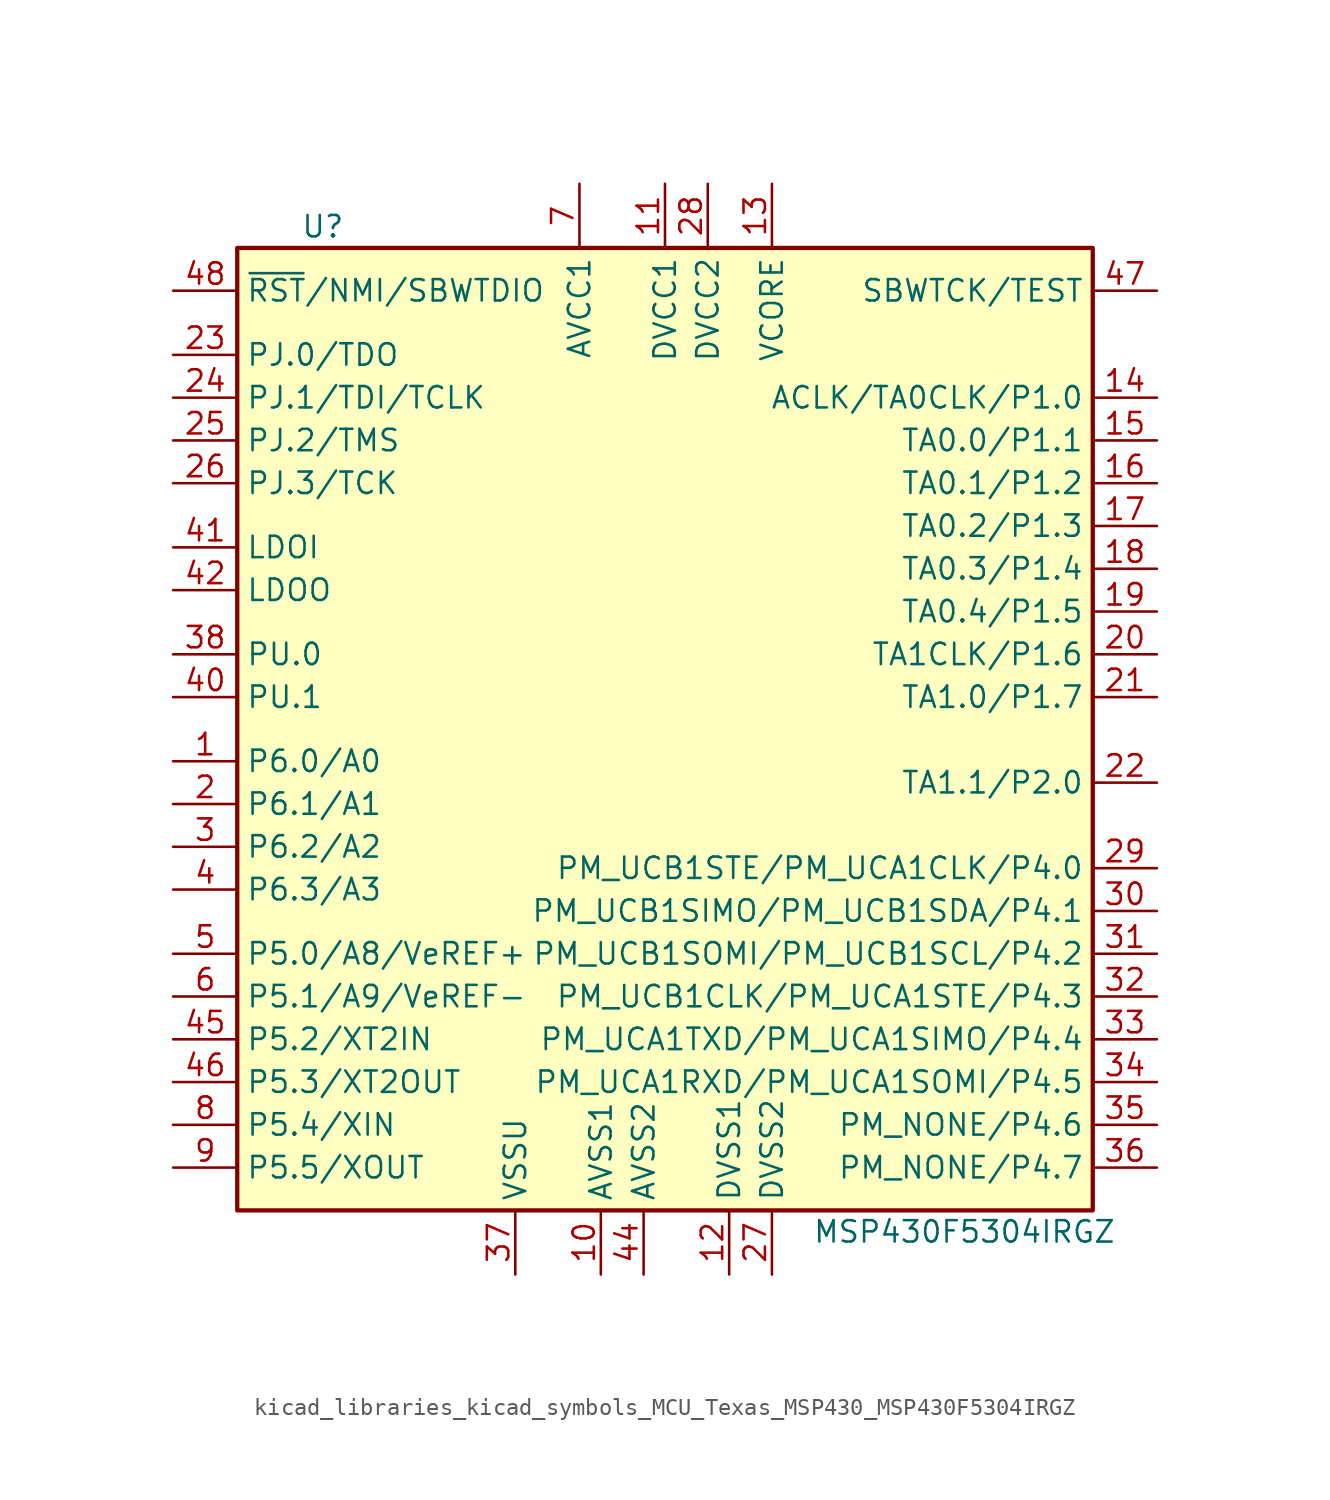
<source format=kicad_sym>
(kicad_symbol_lib
  (version 20220914)
  (generator kicad_symbol_editor)
  (symbol "kicad_libraries_kicad_symbols_MCU_Texas_MSP430_MSP430F5304IRGZ"
    (property "Reference" "U"
      (at -21.59 30.48 0)
      (effects (font (size 1.27 1.27))))
    (property "Value" "MSP430F5304IRGZ"
      (at 16.51 -29.21 0)
      (effects (font (size 1.27 1.27))))
    (symbol "kicad_libraries_kicad_symbols_MCU_Texas_MSP430_MSP430F5304IRGZ_0_1"
      (rectangle (start -26.67 29.21) (end 24.13 -27.94) (stroke (width 0.254) (type default)) (fill (type background))))
    (symbol "kicad_libraries_kicad_symbols_MCU_Texas_MSP430_MSP430F5304IRGZ_1_1"
      (pin bidirectional line (at -30.48 -1.27 0) (length 3.81) (name "P6.0/A0" (effects (font (size 1.27 1.27)))) (number "1" (effects (font (size 1.27 1.27)))))
      (pin power_in line (at -5.08 -31.75 90) (length 3.81) (name "AVSS1" (effects (font (size 1.27 1.27)))) (number "10" (effects (font (size 1.27 1.27)))))
      (pin power_in line (at -1.27 33.02 270) (length 3.81) (name "DVCC1" (effects (font (size 1.27 1.27)))) (number "11" (effects (font (size 1.27 1.27)))))
      (pin power_in line (at 2.54 -31.75 90) (length 3.81) (name "DVSS1" (effects (font (size 1.27 1.27)))) (number "12" (effects (font (size 1.27 1.27)))))
      (pin bidirectional line (at 5.08 33.02 270) (length 3.81) (name "VCORE" (effects (font (size 1.27 1.27)))) (number "13" (effects (font (size 1.27 1.27)))))
      (pin bidirectional line (at 27.94 20.32 180) (length 3.81) (name "ACLK/TA0CLK/P1.0" (effects (font (size 1.27 1.27)))) (number "14" (effects (font (size 1.27 1.27)))))
      (pin bidirectional line (at 27.94 17.78 180) (length 3.81) (name "TA0.0/P1.1" (effects (font (size 1.27 1.27)))) (number "15" (effects (font (size 1.27 1.27)))))
      (pin bidirectional line (at 27.94 15.24 180) (length 3.81) (name "TA0.1/P1.2" (effects (font (size 1.27 1.27)))) (number "16" (effects (font (size 1.27 1.27)))))
      (pin bidirectional line (at 27.94 12.7 180) (length 3.81) (name "TA0.2/P1.3" (effects (font (size 1.27 1.27)))) (number "17" (effects (font (size 1.27 1.27)))))
      (pin bidirectional line (at 27.94 10.16 180) (length 3.81) (name "TA0.3/P1.4" (effects (font (size 1.27 1.27)))) (number "18" (effects (font (size 1.27 1.27)))))
      (pin bidirectional line (at 27.94 7.62 180) (length 3.81) (name "TA0.4/P1.5" (effects (font (size 1.27 1.27)))) (number "19" (effects (font (size 1.27 1.27)))))
      (pin bidirectional line (at -30.48 -3.81 0) (length 3.81) (name "P6.1/A1" (effects (font (size 1.27 1.27)))) (number "2" (effects (font (size 1.27 1.27)))))
      (pin bidirectional line (at 27.94 5.08 180) (length 3.81) (name "TA1CLK/P1.6" (effects (font (size 1.27 1.27)))) (number "20" (effects (font (size 1.27 1.27)))))
      (pin bidirectional line (at 27.94 2.54 180) (length 3.81) (name "TA1.0/P1.7" (effects (font (size 1.27 1.27)))) (number "21" (effects (font (size 1.27 1.27)))))
      (pin bidirectional line (at 27.94 -2.54 180) (length 3.81) (name "TA1.1/P2.0" (effects (font (size 1.27 1.27)))) (number "22" (effects (font (size 1.27 1.27)))))
      (pin bidirectional line (at -30.48 22.86 0) (length 3.81) (name "PJ.0/TDO" (effects (font (size 1.27 1.27)))) (number "23" (effects (font (size 1.27 1.27)))))
      (pin bidirectional line (at -30.48 20.32 0) (length 3.81) (name "PJ.1/TDI/TCLK" (effects (font (size 1.27 1.27)))) (number "24" (effects (font (size 1.27 1.27)))))
      (pin bidirectional line (at -30.48 17.78 0) (length 3.81) (name "PJ.2/TMS" (effects (font (size 1.27 1.27)))) (number "25" (effects (font (size 1.27 1.27)))))
      (pin bidirectional line (at -30.48 15.24 0) (length 3.81) (name "PJ.3/TCK" (effects (font (size 1.27 1.27)))) (number "26" (effects (font (size 1.27 1.27)))))
      (pin power_in line (at 5.08 -31.75 90) (length 3.81) (name "DVSS2" (effects (font (size 1.27 1.27)))) (number "27" (effects (font (size 1.27 1.27)))))
      (pin power_in line (at 1.27 33.02 270) (length 3.81) (name "DVCC2" (effects (font (size 1.27 1.27)))) (number "28" (effects (font (size 1.27 1.27)))))
      (pin bidirectional line (at 27.94 -7.62 180) (length 3.81) (name "PM_UCB1STE/PM_UCA1CLK/P4.0" (effects (font (size 1.27 1.27)))) (number "29" (effects (font (size 1.27 1.27)))))
      (pin bidirectional line (at -30.48 -6.35 0) (length 3.81) (name "P6.2/A2" (effects (font (size 1.27 1.27)))) (number "3" (effects (font (size 1.27 1.27)))))
      (pin bidirectional line (at 27.94 -10.16 180) (length 3.81) (name "PM_UCB1SIMO/PM_UCB1SDA/P4.1" (effects (font (size 1.27 1.27)))) (number "30" (effects (font (size 1.27 1.27)))))
      (pin bidirectional line (at 27.94 -12.7 180) (length 3.81) (name "PM_UCB1SOMI/PM_UCB1SCL/P4.2" (effects (font (size 1.27 1.27)))) (number "31" (effects (font (size 1.27 1.27)))))
      (pin bidirectional line (at 27.94 -15.24 180) (length 3.81) (name "PM_UCB1CLK/PM_UCA1STE/P4.3" (effects (font (size 1.27 1.27)))) (number "32" (effects (font (size 1.27 1.27)))))
      (pin bidirectional line (at 27.94 -17.78 180) (length 3.81) (name "PM_UCA1TXD/PM_UCA1SIMO/P4.4" (effects (font (size 1.27 1.27)))) (number "33" (effects (font (size 1.27 1.27)))))
      (pin bidirectional line (at 27.94 -20.32 180) (length 3.81) (name "PM_UCA1RXD/PM_UCA1SOMI/P4.5" (effects (font (size 1.27 1.27)))) (number "34" (effects (font (size 1.27 1.27)))))
      (pin bidirectional line (at 27.94 -22.86 180) (length 3.81) (name "PM_NONE/P4.6" (effects (font (size 1.27 1.27)))) (number "35" (effects (font (size 1.27 1.27)))))
      (pin bidirectional line (at 27.94 -25.4 180) (length 3.81) (name "PM_NONE/P4.7" (effects (font (size 1.27 1.27)))) (number "36" (effects (font (size 1.27 1.27)))))
      (pin power_in line (at -10.16 -31.75 90) (length 3.81) (name "VSSU" (effects (font (size 1.27 1.27)))) (number "37" (effects (font (size 1.27 1.27)))))
      (pin bidirectional line (at -30.48 5.08 0) (length 3.81) (name "PU.0" (effects (font (size 1.27 1.27)))) (number "38" (effects (font (size 1.27 1.27)))))
      (pin bidirectional line (at -30.48 -8.89 0) (length 3.81) (name "P6.3/A3" (effects (font (size 1.27 1.27)))) (number "4" (effects (font (size 1.27 1.27)))))
      (pin bidirectional line (at -30.48 2.54 0) (length 3.81) (name "PU.1" (effects (font (size 1.27 1.27)))) (number "40" (effects (font (size 1.27 1.27)))))
      (pin power_in line (at -30.48 11.43 0) (length 3.81) (name "LDOI" (effects (font (size 1.27 1.27)))) (number "41" (effects (font (size 1.27 1.27)))))
      (pin power_out line (at -30.48 8.89 0) (length 3.81) (name "LDOO" (effects (font (size 1.27 1.27)))) (number "42" (effects (font (size 1.27 1.27)))))
      (pin power_in line (at -2.54 -31.75 90) (length 3.81) (name "AVSS2" (effects (font (size 1.27 1.27)))) (number "44" (effects (font (size 1.27 1.27)))))
      (pin bidirectional line (at -30.48 -17.78 0) (length 3.81) (name "P5.2/XT2IN" (effects (font (size 1.27 1.27)))) (number "45" (effects (font (size 1.27 1.27)))))
      (pin bidirectional line (at -30.48 -20.32 0) (length 3.81) (name "P5.3/XT2OUT" (effects (font (size 1.27 1.27)))) (number "46" (effects (font (size 1.27 1.27)))))
      (pin input line (at 27.94 26.67 180) (length 3.81) (name "SBWTCK/TEST" (effects (font (size 1.27 1.27)))) (number "47" (effects (font (size 1.27 1.27)))))
      (pin input line (at -30.48 26.67 0) (length 3.81) (name "~{RST}/NMI/SBWTDIO" (effects (font (size 1.27 1.27)))) (number "48" (effects (font (size 1.27 1.27)))))
      (pin bidirectional line (at -30.48 -12.7 0) (length 3.81) (name "P5.0/A8/VeREF+" (effects (font (size 1.27 1.27)))) (number "5" (effects (font (size 1.27 1.27)))))
      (pin bidirectional line (at -30.48 -15.24 0) (length 3.81) (name "P5.1/A9/VeREF-" (effects (font (size 1.27 1.27)))) (number "6" (effects (font (size 1.27 1.27)))))
      (pin power_in line (at -6.35 33.02 270) (length 3.81) (name "AVCC1" (effects (font (size 1.27 1.27)))) (number "7" (effects (font (size 1.27 1.27)))))
      (pin bidirectional line (at -30.48 -22.86 0) (length 3.81) (name "P5.4/XIN" (effects (font (size 1.27 1.27)))) (number "8" (effects (font (size 1.27 1.27)))))
      (pin bidirectional line (at -30.48 -25.4 0) (length 3.81) (name "P5.5/XOUT" (effects (font (size 1.27 1.27)))) (number "9" (effects (font (size 1.27 1.27))))))))
</source>
